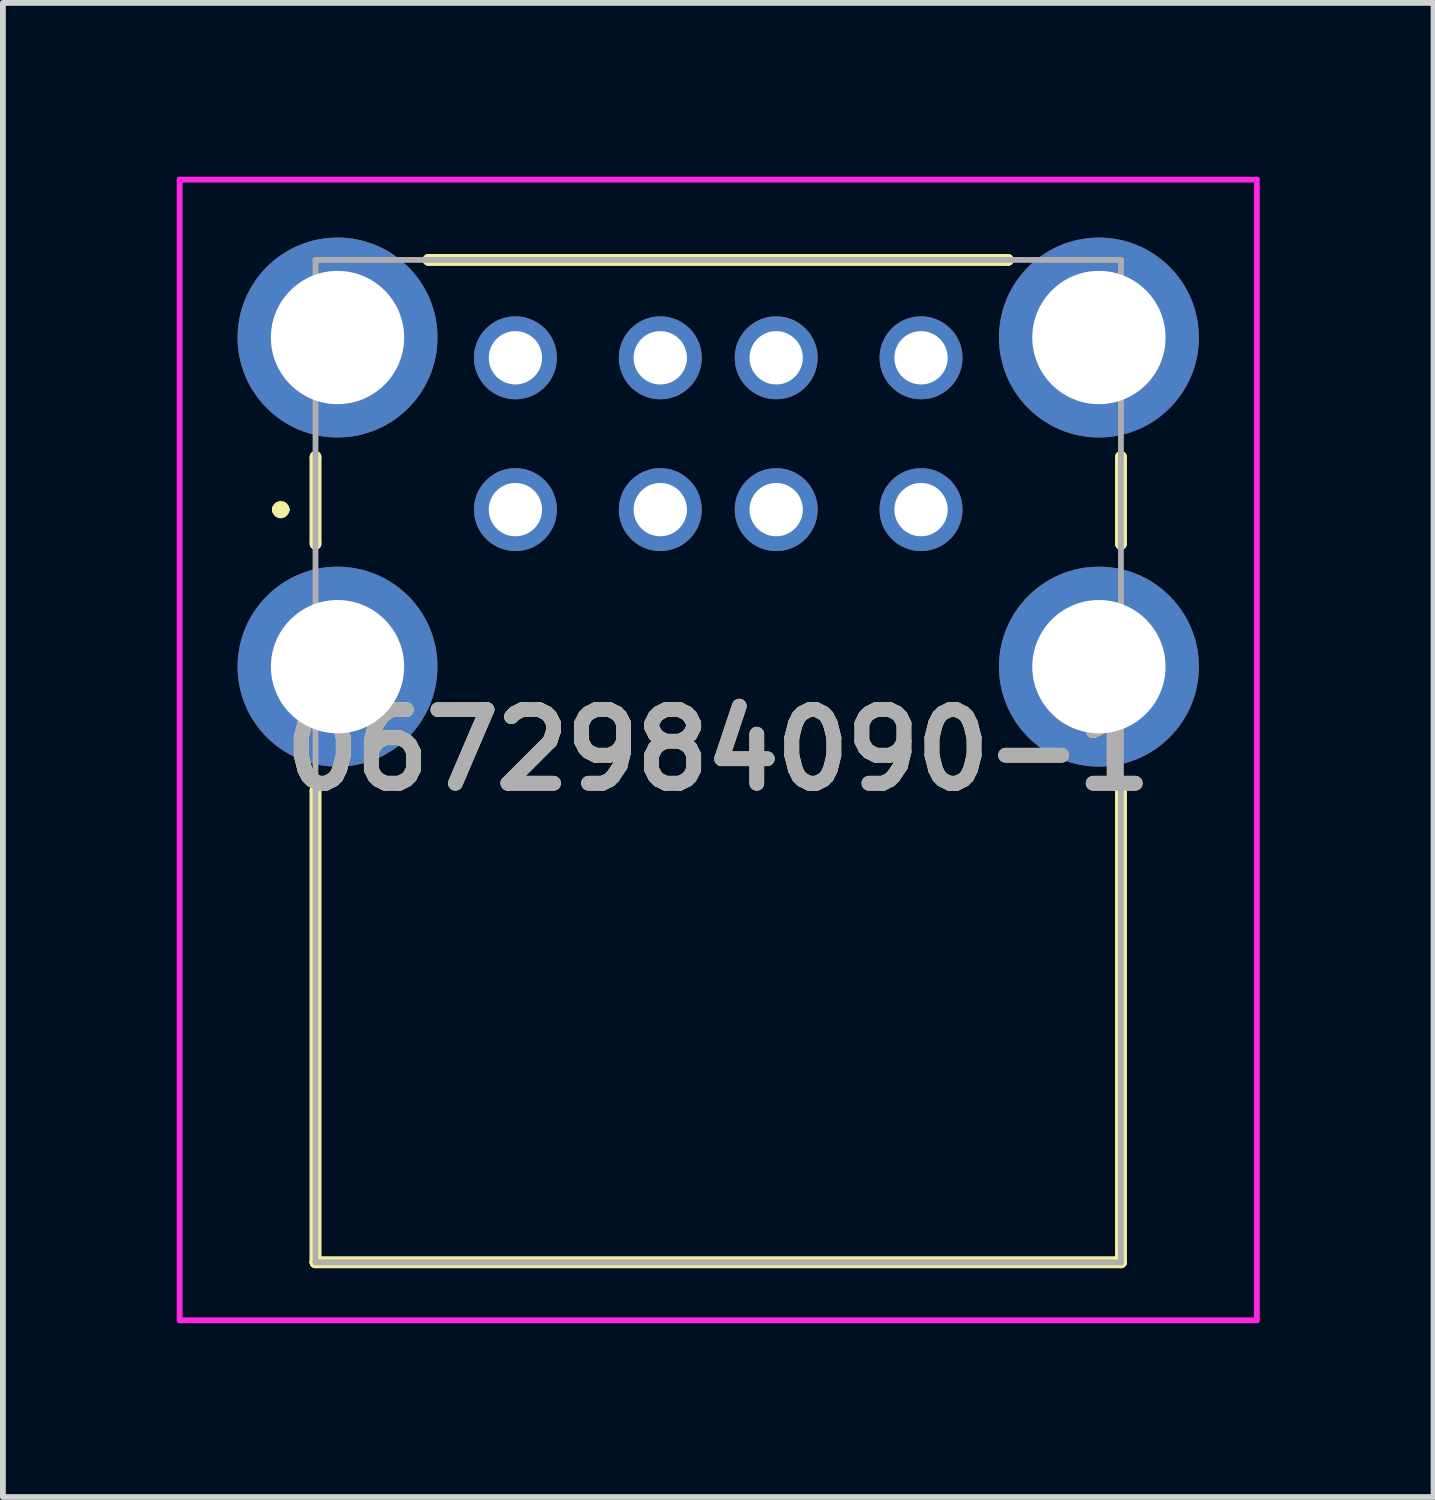
<source format=kicad_pcb>
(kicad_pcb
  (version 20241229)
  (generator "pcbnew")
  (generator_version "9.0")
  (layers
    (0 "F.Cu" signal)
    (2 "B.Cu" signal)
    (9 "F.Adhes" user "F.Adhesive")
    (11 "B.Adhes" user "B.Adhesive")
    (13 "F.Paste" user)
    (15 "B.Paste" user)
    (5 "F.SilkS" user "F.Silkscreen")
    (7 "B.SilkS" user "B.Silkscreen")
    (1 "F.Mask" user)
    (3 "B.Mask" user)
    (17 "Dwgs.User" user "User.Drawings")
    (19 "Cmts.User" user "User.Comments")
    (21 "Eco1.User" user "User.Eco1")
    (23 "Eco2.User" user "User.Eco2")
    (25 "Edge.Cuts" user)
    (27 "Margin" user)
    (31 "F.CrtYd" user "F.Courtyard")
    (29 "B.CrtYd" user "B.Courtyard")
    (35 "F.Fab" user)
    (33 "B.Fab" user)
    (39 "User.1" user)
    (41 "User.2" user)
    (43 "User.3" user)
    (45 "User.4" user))
  (footprint "0672984090-1"
    (layer "F.Cu")
    (at 5.845 5.745)
    (property "Reference" "0672984090-1" (at 3.5 4.148 0) (layer "F.SilkS") (effects (font (size 1.27 1.27) (thickness 0.254))))
    (attr through_hole)
    (fp_line (start -4.1 0) (end -4.1 0) (stroke (width 0.2) (type solid)) (layer "F.SilkS"))
    (fp_line (start -4.1 0) (end -4 0) (stroke (width 0.2) (type solid)) (layer "F.SilkS"))
    (fp_line (start -4 0) (end -4 0) (stroke (width 0.2) (type solid)) (layer "F.SilkS"))
    (fp_line (start -3.45 -0.91) (end -3.45 -0.91) (stroke (width 0.2) (type solid)) (layer "F.SilkS"))
    (fp_line (start -3.45 -0.91) (end -3.45 0.59) (stroke (width 0.2) (type solid)) (layer "F.SilkS"))
    (fp_line (start -3.45 0.59) (end -3.45 -0.91) (stroke (width 0.2) (type solid)) (layer "F.SilkS"))
    (fp_line (start -3.45 0.59) (end -3.45 0.59) (stroke (width 0.2) (type solid)) (layer "F.SilkS"))
    (fp_line (start -3.45 4.84) (end -3.45 4.84) (stroke (width 0.2) (type solid)) (layer "F.SilkS"))
    (fp_line (start -3.45 4.84) (end -3.45 12.99) (stroke (width 0.2) (type solid)) (layer "F.SilkS"))
    (fp_line (start -3.45 12.99) (end -3.45 4.84) (stroke (width 0.2) (type solid)) (layer "F.SilkS"))
    (fp_line (start -3.45 12.99) (end -3.45 12.99) (stroke (width 0.2) (type solid)) (layer "F.SilkS"))
    (fp_line (start -3.45 12.99) (end -3.45 12.99) (stroke (width 0.2) (type solid)) (layer "F.SilkS"))
    (fp_line (start -3.45 12.99) (end 10.45 12.99) (stroke (width 0.2) (type solid)) (layer "F.SilkS"))
    (fp_line (start -1.5 -4.31) (end -1.5 -4.31) (stroke (width 0.2) (type solid)) (layer "F.SilkS"))
    (fp_line (start -1.5 -4.31) (end 8.5 -4.31) (stroke (width 0.2) (type solid)) (layer "F.SilkS"))
    (fp_line (start 8.5 -4.31) (end -1.5 -4.31) (stroke (width 0.2) (type solid)) (layer "F.SilkS"))
    (fp_line (start 8.5 -4.31) (end 8.5 -4.31) (stroke (width 0.2) (type solid)) (layer "F.SilkS"))
    (fp_line (start 10.45 -0.91) (end 10.45 -0.91) (stroke (width 0.2) (type solid)) (layer "F.SilkS"))
    (fp_line (start 10.45 -0.91) (end 10.45 0.59) (stroke (width 0.2) (type solid)) (layer "F.SilkS"))
    (fp_line (start 10.45 0.59) (end 10.45 -0.91) (stroke (width 0.2) (type solid)) (layer "F.SilkS"))
    (fp_line (start 10.45 0.59) (end 10.45 0.59) (stroke (width 0.2) (type solid)) (layer "F.SilkS"))
    (fp_line (start 10.45 4.84) (end 10.45 4.84) (stroke (width 0.2) (type solid)) (layer "F.SilkS"))
    (fp_line (start 10.45 4.84) (end 10.45 12.99) (stroke (width 0.2) (type solid)) (layer "F.SilkS"))
    (fp_line (start 10.45 12.99) (end -3.45 12.99) (stroke (width 0.2) (type solid)) (layer "F.SilkS"))
    (fp_line (start 10.45 12.99) (end 10.45 4.84) (stroke (width 0.2) (type solid)) (layer "F.SilkS"))
    (fp_line (start 10.45 12.99) (end 10.45 12.99) (stroke (width 0.2) (type solid)) (layer "F.SilkS"))
    (fp_line (start 10.45 12.99) (end 10.45 12.99) (stroke (width 0.2) (type solid)) (layer "F.SilkS"))
    (fp_arc (start -4.1 0) (mid -4.05 -0.05) (end -4 0) (stroke (width 0.2) (type solid)) (layer "F.SilkS"))
    (fp_arc (start -4 0) (mid -4.05 0.05) (end -4.1 0) (stroke (width 0.2) (type solid)) (layer "F.SilkS"))
    (fp_line (start -5.795 -5.695) (end 12.795 -5.695) (stroke (width 0.1) (type solid)) (layer "F.CrtYd"))
    (fp_line (start -5.795 13.99) (end -5.795 -5.695) (stroke (width 0.1) (type solid)) (layer "F.CrtYd"))
    (fp_line (start 12.795 -5.695) (end 12.795 13.99) (stroke (width 0.1) (type solid)) (layer "F.CrtYd"))
    (fp_line (start 12.795 13.99) (end -5.795 13.99) (stroke (width 0.1) (type solid)) (layer "F.CrtYd"))
    (fp_line (start -3.45 -4.31) (end -3.45 12.99) (stroke (width 0.1) (type solid)) (layer "F.Fab"))
    (fp_line (start -3.45 12.99) (end 10.45 12.99) (stroke (width 0.1) (type solid)) (layer "F.Fab"))
    (fp_line (start 10.45 -4.31) (end -3.45 -4.31) (stroke (width 0.1) (type solid)) (layer "F.Fab"))
    (fp_line (start 10.45 12.99) (end 10.45 -4.31) (stroke (width 0.1) (type solid)) (layer "F.Fab"))
    (fp_text user "${REFERENCE}" (at 3.5 4.148 0) (layer "F.Fab") (effects (font (size 1.27 1.27) (thickness 0.254))))
    (pad "A1" thru_hole circle (at 0 0) (size 1.431 1.431) (drill 0.92) (layers "*.Cu" "*.Mask"))
    (pad "A2" thru_hole circle (at 2.5 0) (size 1.431 1.431) (drill 0.92) (layers "*.Cu" "*.Mask"))
    (pad "A3" thru_hole circle (at 4.5 0) (size 1.431 1.431) (drill 0.92) (layers "*.Cu" "*.Mask"))
    (pad "A4" thru_hole circle (at 7 0) (size 1.431 1.431) (drill 0.92) (layers "*.Cu" "*.Mask"))
    (pad "B1" thru_hole circle (at 0 -2.62) (size 1.431 1.431) (drill 0.92) (layers "*.Cu" "*.Mask"))
    (pad "B2" thru_hole circle (at 2.5 -2.62) (size 1.431 1.431) (drill 0.92) (layers "*.Cu" "*.Mask"))
    (pad "B3" thru_hole circle (at 4.5 -2.62) (size 1.431 1.431) (drill 0.92) (layers "*.Cu" "*.Mask"))
    (pad "B4" thru_hole circle (at 7 -2.62) (size 1.431 1.431) (drill 0.92) (layers "*.Cu" "*.Mask"))
    (pad "MH1" thru_hole circle (at -3.07 -2.97) (size 3.45 3.45) (drill 2.3) (layers "*.Cu" "*.Mask"))
    (pad "MH2" thru_hole circle (at -3.07 2.71) (size 3.45 3.45) (drill 2.3) (layers "*.Cu" "*.Mask"))
    (pad "MH3" thru_hole circle (at 10.07 2.71) (size 3.45 3.45) (drill 2.3) (layers "*.Cu" "*.Mask"))
    (pad "MH4" thru_hole circle (at 10.07 -2.97) (size 3.45 3.45) (drill 2.3) (layers "*.Cu" "*.Mask")))
  (gr_rect
    (start -3 -3)
    (end 21.69 22.785)
    (stroke (width 0.1) (type default))
    (fill no)
    (layer "Edge.Cuts")))
</source>
